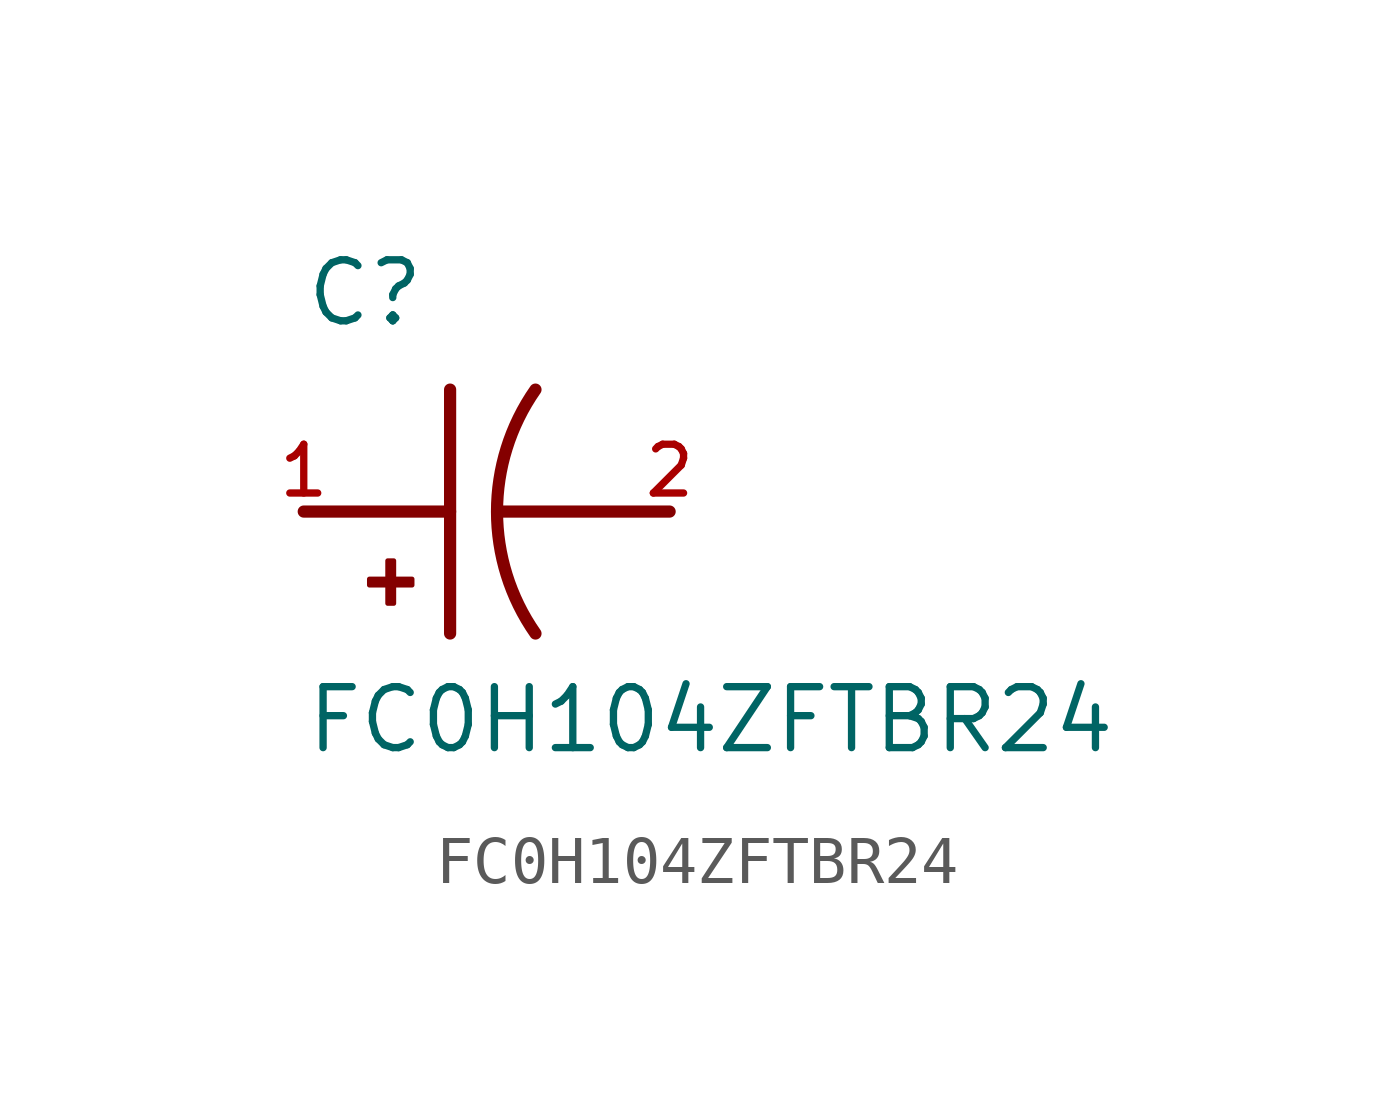
<source format=kicad_sym>
(kicad_symbol_lib
  (version 20211014)
  (generator kicad_symbol_editor)
  (symbol "FC0H104ZFTBR24"
    (pin_names
      (offset 1.016))
    (property "Reference" "C"
      (at -5.08 3.81 0)
      (effects (font (size 1.27 1.27)) (justify bottom left)))
    (property "Value" "FC0H104ZFTBR24"
      (at -5.08 -5.08 0)
      (effects (font (size 1.27 1.27)) (justify bottom left)))
    (symbol "FC0H104ZFTBR24_0_0"
      (arc (start -0.254 -2.54) (mid -1.0549 -0.0) (end -0.254 2.54) (stroke (width 0.254) (type default) (color 0 0 0 0)) (fill (type none)))
      (polyline (pts (xy -1.016 0.0) (xy 2.54 0.0)) (stroke (width 0.254)))
      (polyline (pts (xy -5.08 0.0) (xy -2.032 0.0)) (stroke (width 0.254)))
      (polyline (pts (xy -2.032 2.54) (xy -2.032 -2.54)) (stroke (width 0.254)))
      (rectangle (start -3.713 -1.532) (end -2.824 -1.405) (stroke (width 0.1)) (fill (type outline)))
      (rectangle (start -3.332 -1.913) (end -3.205 -1.024) (stroke (width 0.1)) (fill (type outline)))
      (pin passive line (at -5.08 0.0 0) (length 0) (name "~" (effects (font (size 1.016 1.016)))) (number "1" (effects (font (size 1.016 1.016)))))
      (pin passive line (at 2.54 0.0 180.0) (length 0) (name "~" (effects (font (size 1.016 1.016)))) (number "2" (effects (font (size 1.016 1.016))))))))
</source>
